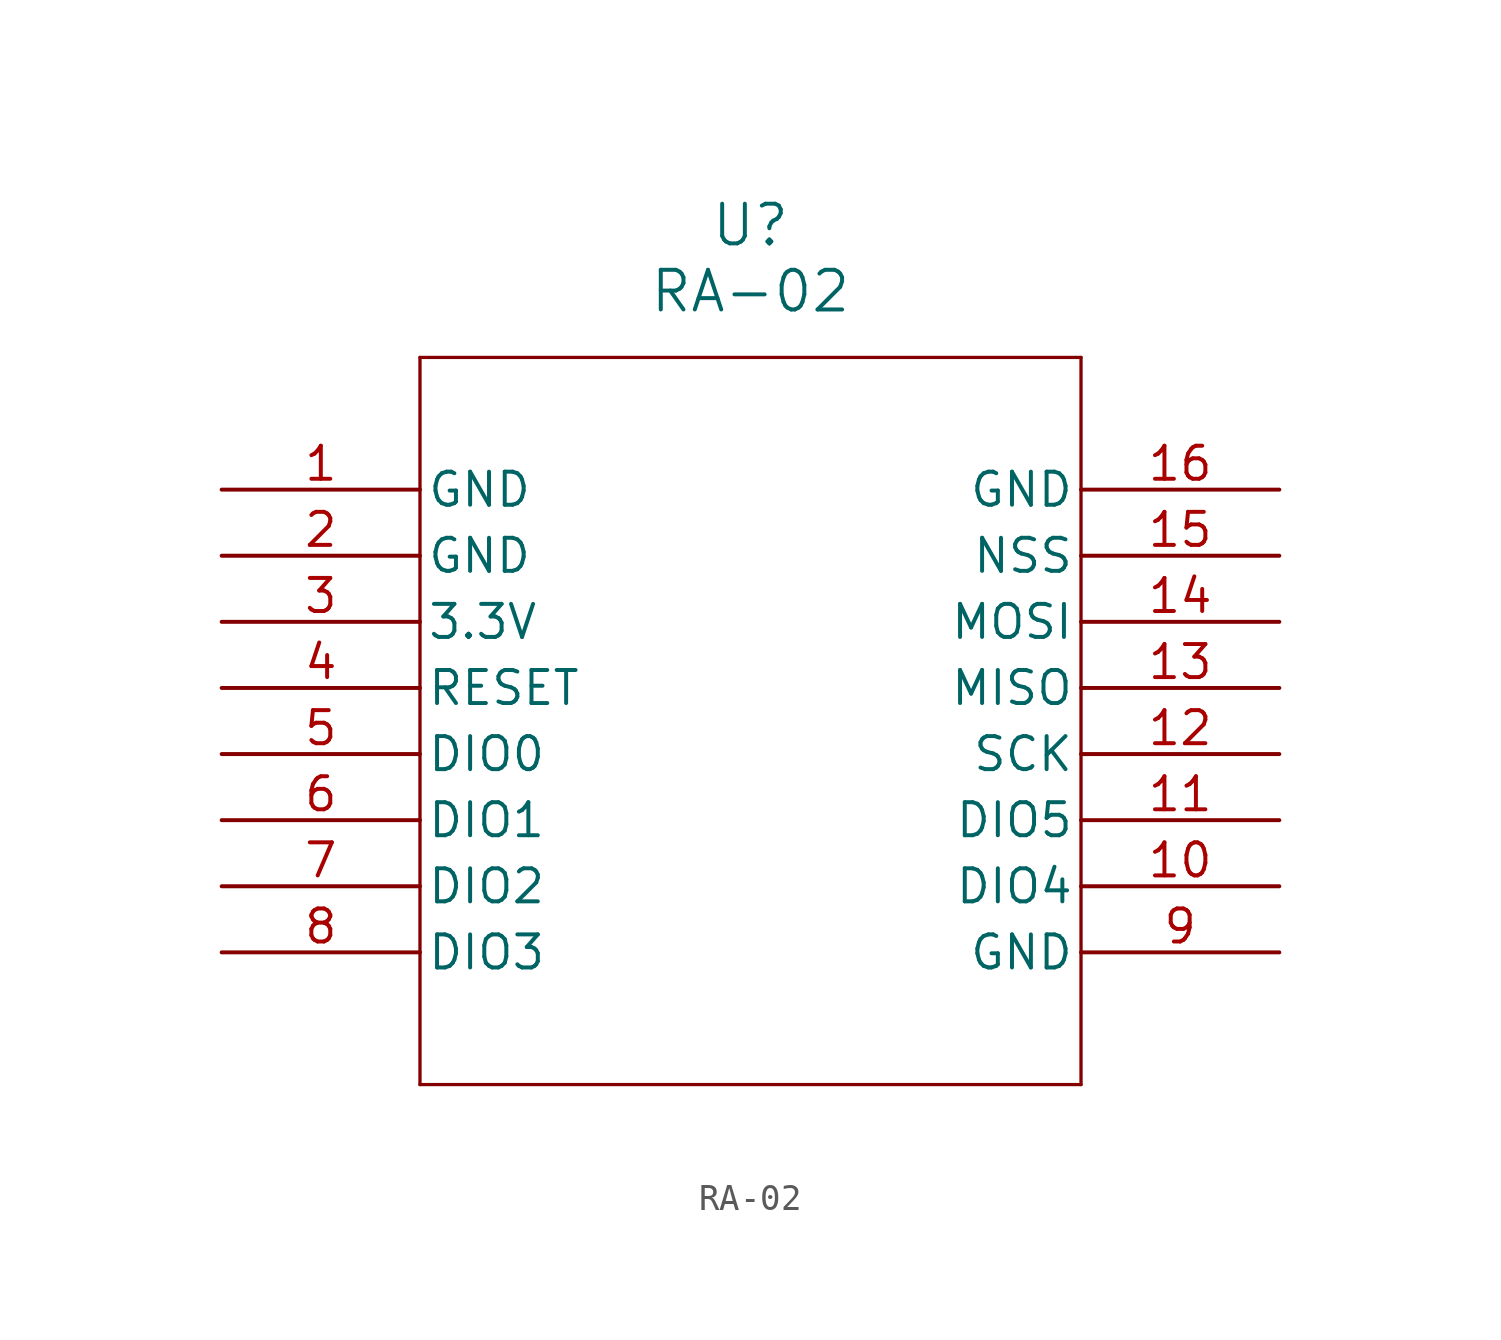
<source format=kicad_sym>
(kicad_symbol_lib
  (version 20211014)
  (generator kicad_symbol_editor)
  (symbol "RA-02"
    (pin_names
      (offset 0.254))
    (property "Reference" "U"
      (at 20.32 10.16 0)
      (effects (font (size 1.524 1.524))))
    (property "Value" "RA-02"
      (at 20.32 7.62 0)
      (effects (font (size 1.524 1.524))))
    (symbol "RA-02_0_1"
      (polyline (pts (xy 7.62 5.08) (xy 7.62 -22.86)) (stroke (width 0.127) (type default) (color 0 0 0 0)) (fill (type none)))
      (polyline (pts (xy 7.62 -22.86) (xy 33.02 -22.86)) (stroke (width 0.127) (type default) (color 0 0 0 0)) (fill (type none)))
      (polyline (pts (xy 33.02 -22.86) (xy 33.02 5.08)) (stroke (width 0.127) (type default) (color 0 0 0 0)) (fill (type none)))
      (polyline (pts (xy 33.02 5.08) (xy 7.62 5.08)) (stroke (width 0.127) (type default) (color 0 0 0 0)) (fill (type none)))
      (pin unspecified line (at 0 0 0) (length 7.62) (name "GND" (effects (font (size 1.27 1.27)))) (number "1" (effects (font (size 1.27 1.27)))))
      (pin unspecified line (at 0 -2.54 0) (length 7.62) (name "GND" (effects (font (size 1.27 1.27)))) (number "2" (effects (font (size 1.27 1.27)))))
      (pin unspecified line (at 0 -5.08 0) (length 7.62) (name "3.3V" (effects (font (size 1.27 1.27)))) (number "3" (effects (font (size 1.27 1.27)))))
      (pin unspecified line (at 0 -7.62 0) (length 7.62) (name "RESET" (effects (font (size 1.27 1.27)))) (number "4" (effects (font (size 1.27 1.27)))))
      (pin unspecified line (at 0 -10.16 0) (length 7.62) (name "DIO0" (effects (font (size 1.27 1.27)))) (number "5" (effects (font (size 1.27 1.27)))))
      (pin unspecified line (at 0 -12.7 0) (length 7.62) (name "DIO1" (effects (font (size 1.27 1.27)))) (number "6" (effects (font (size 1.27 1.27)))))
      (pin unspecified line (at 0 -15.24 0) (length 7.62) (name "DIO2" (effects (font (size 1.27 1.27)))) (number "7" (effects (font (size 1.27 1.27)))))
      (pin unspecified line (at 0 -17.78 0) (length 7.62) (name "DIO3" (effects (font (size 1.27 1.27)))) (number "8" (effects (font (size 1.27 1.27)))))
      (pin unspecified line (at 40.64 -17.78 180) (length 7.62) (name "GND" (effects (font (size 1.27 1.27)))) (number "9" (effects (font (size 1.27 1.27)))))
      (pin unspecified line (at 40.64 -15.24 180) (length 7.62) (name "DIO4" (effects (font (size 1.27 1.27)))) (number "10" (effects (font (size 1.27 1.27)))))
      (pin unspecified line (at 40.64 -12.7 180) (length 7.62) (name "DIO5" (effects (font (size 1.27 1.27)))) (number "11" (effects (font (size 1.27 1.27)))))
      (pin unspecified line (at 40.64 -10.16 180) (length 7.62) (name "SCK" (effects (font (size 1.27 1.27)))) (number "12" (effects (font (size 1.27 1.27)))))
      (pin unspecified line (at 40.64 -7.62 180) (length 7.62) (name "MISO" (effects (font (size 1.27 1.27)))) (number "13" (effects (font (size 1.27 1.27)))))
      (pin unspecified line (at 40.64 -5.08 180) (length 7.62) (name "MOSI" (effects (font (size 1.27 1.27)))) (number "14" (effects (font (size 1.27 1.27)))))
      (pin unspecified line (at 40.64 -2.54 180) (length 7.62) (name "NSS" (effects (font (size 1.27 1.27)))) (number "15" (effects (font (size 1.27 1.27)))))
      (pin unspecified line (at 40.64 0 180) (length 7.62) (name "GND" (effects (font (size 1.27 1.27)))) (number "16" (effects (font (size 1.27 1.27))))))))
</source>
